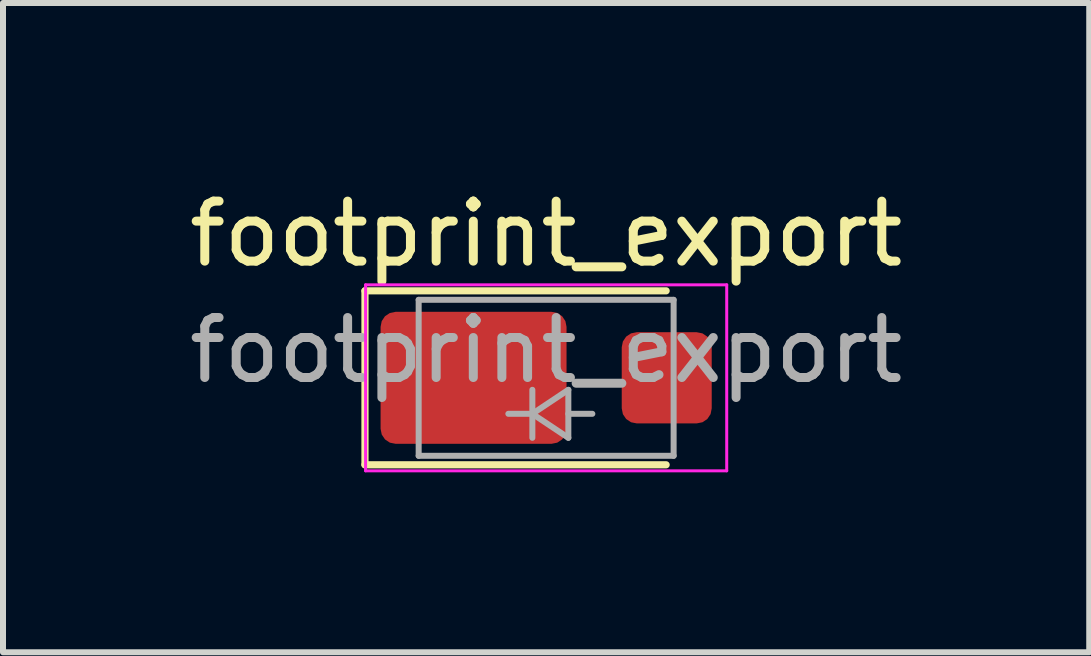
<source format=kicad_pcb>
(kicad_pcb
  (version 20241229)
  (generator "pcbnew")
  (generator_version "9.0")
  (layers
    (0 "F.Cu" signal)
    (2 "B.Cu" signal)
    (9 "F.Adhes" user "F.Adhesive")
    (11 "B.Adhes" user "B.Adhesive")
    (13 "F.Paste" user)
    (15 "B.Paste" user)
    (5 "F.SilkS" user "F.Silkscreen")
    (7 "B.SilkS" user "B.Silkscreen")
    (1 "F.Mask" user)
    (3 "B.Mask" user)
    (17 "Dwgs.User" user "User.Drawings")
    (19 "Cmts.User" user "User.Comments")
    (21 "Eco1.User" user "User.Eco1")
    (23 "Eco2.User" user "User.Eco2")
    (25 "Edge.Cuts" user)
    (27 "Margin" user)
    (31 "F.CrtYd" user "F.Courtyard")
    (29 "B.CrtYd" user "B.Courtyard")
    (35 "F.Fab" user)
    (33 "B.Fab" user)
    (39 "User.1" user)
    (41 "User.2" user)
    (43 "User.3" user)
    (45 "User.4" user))
  (footprint "footprint_export"
    (layer "F.Cu")
    (at 6.054 3.248)
    (property "Reference" "footprint_export" (at 0 -2.4 0) (layer "F.SilkS") (effects (font (size 1 1) (thickness 0.15))))
    (attr smd)
    (fp_line (start -3.02 -1.45) (end -3.02 1.45) (stroke (width 0.12) (type solid)) (layer "F.SilkS"))
    (fp_line (start -3.02 -1.45) (end 2 -1.45) (stroke (width 0.12) (type solid)) (layer "F.SilkS"))
    (fp_line (start -3.02 1.45) (end 2 1.45) (stroke (width 0.12) (type solid)) (layer "F.SilkS"))
    (fp_line (start -3.01 -1.55) (end 3.01 -1.55) (stroke (width 0.05) (type solid)) (layer "F.CrtYd"))
    (fp_line (start -3.01 1.55) (end -3.01 -1.55) (stroke (width 0.05) (type solid)) (layer "F.CrtYd"))
    (fp_line (start 3.01 -1.55) (end 3.01 1.55) (stroke (width 0.05) (type solid)) (layer "F.CrtYd"))
    (fp_line (start 3.01 1.55) (end -3.01 1.55) (stroke (width 0.05) (type solid)) (layer "F.CrtYd"))
    (fp_line (start -2.125 1.3) (end -2.125 -1.3) (stroke (width 0.1) (type solid)) (layer "F.Fab"))
    (fp_line (start -0.23 0.2) (end -0.23 1) (stroke (width 0.1) (type solid)) (layer "F.Fab"))
    (fp_line (start -0.23 0.6) (end -0.63 0.6) (stroke (width 0.1) (type solid)) (layer "F.Fab"))
    (fp_line (start -0.23 0.6) (end 0.37 0.2) (stroke (width 0.1) (type solid)) (layer "F.Fab"))
    (fp_line (start -0.23 0.6) (end 0.37 1) (stroke (width 0.1) (type solid)) (layer "F.Fab"))
    (fp_line (start 0.37 0.6) (end 0.77 0.6) (stroke (width 0.1) (type solid)) (layer "F.Fab"))
    (fp_line (start 0.37 1) (end 0.37 0.2) (stroke (width 0.1) (type solid)) (layer "F.Fab"))
    (fp_line (start 2.125 -1.3) (end -2.125 -1.3) (stroke (width 0.1) (type solid)) (layer "F.Fab"))
    (fp_line (start 2.125 -1.3) (end 2.125 1.3) (stroke (width 0.1) (type solid)) (layer "F.Fab"))
    (fp_line (start 2.125 1.3) (end -2.125 1.3) (stroke (width 0.1) (type solid)) (layer "F.Fab"))
    (fp_text user "${REFERENCE}" (at 0 -0.46 0) (layer "F.Fab") (effects (font (size 1 1) (thickness 0.15))))
    (pad "1" smd roundrect (at -1.21 0) (size 3.1 2.2) (layers "F.Cu" "F.Mask" "F.Paste") (roundrect_rratio 0.114))
    (pad "2" smd roundrect (at 2.01 0) (size 1.5 1.52) (layers "F.Cu" "F.Mask" "F.Paste") (roundrect_rratio 0.167)))
  (gr_rect
    (start -3 -3)
    (end 15.107 7.823)
    (stroke (width 0.1) (type default))
    (fill no)
    (layer "Edge.Cuts")))
</source>
